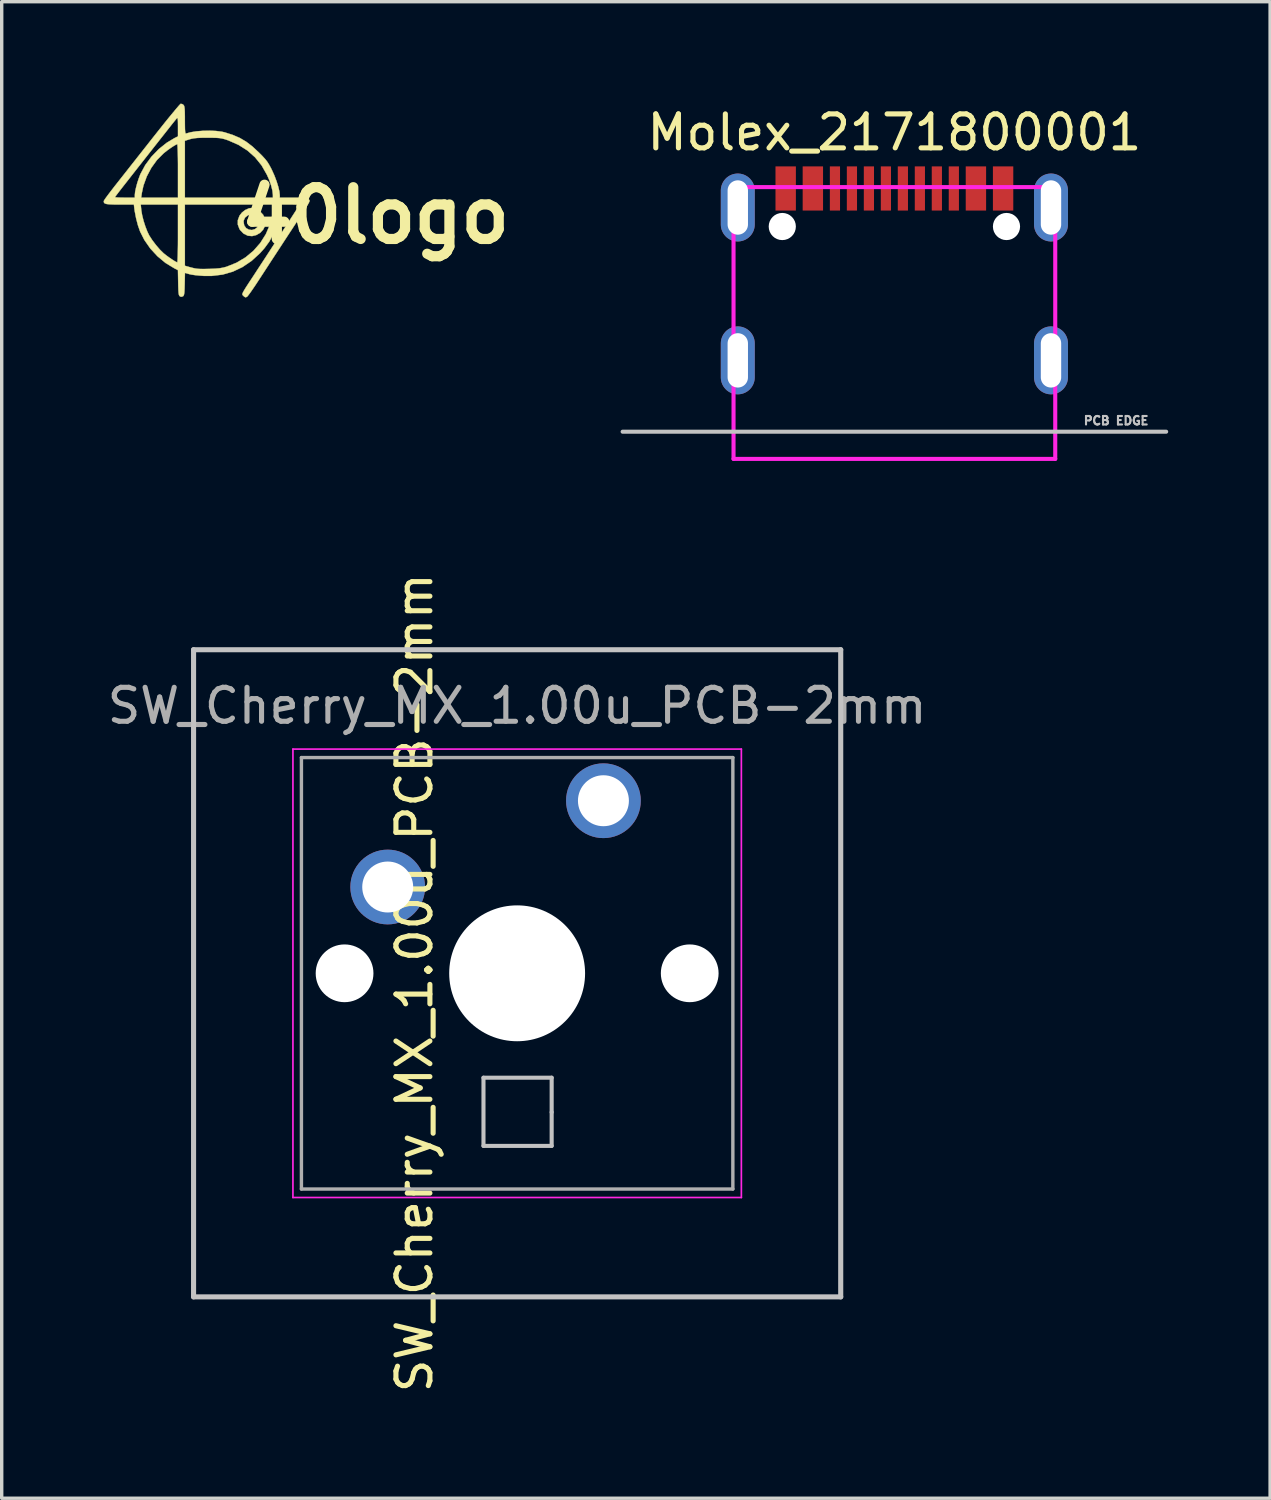
<source format=kicad_pcb>
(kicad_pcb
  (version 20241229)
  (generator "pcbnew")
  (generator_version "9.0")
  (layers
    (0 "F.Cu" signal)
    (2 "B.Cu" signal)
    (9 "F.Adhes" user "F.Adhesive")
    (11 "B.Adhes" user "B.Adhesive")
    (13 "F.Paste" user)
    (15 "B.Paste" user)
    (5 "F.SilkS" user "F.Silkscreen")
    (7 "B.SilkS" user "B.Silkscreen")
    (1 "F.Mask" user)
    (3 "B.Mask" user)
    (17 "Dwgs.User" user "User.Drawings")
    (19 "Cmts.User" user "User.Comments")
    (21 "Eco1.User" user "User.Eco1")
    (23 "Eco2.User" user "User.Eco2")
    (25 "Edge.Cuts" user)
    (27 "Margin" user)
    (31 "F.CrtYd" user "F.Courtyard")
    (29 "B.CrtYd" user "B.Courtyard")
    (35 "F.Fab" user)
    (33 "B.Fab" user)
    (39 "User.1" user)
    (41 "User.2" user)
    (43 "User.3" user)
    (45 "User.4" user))
  (footprint "Molex_2171800001"
    (layer "F.Cu")
    (at 23.278 10.458)
    (property "Reference" "Molex_2171800001" (at 0 -9.61 0) (layer "F.SilkS") (effects (font (size 1 1) (thickness 0.15))))
    (attr through_hole)
    (fp_line (start -8 -0.8) (end 8 -0.8) (stroke (width 0.12) (type solid)) (layer "Dwgs.User"))
    (fp_line (start -5.3 -8.61) (end 5.3 -8.61) (stroke (width 0.12) (type solid)) (layer "Eco2.User"))
    (fp_line (start -5.3 0) (end -5.3 -8.61) (stroke (width 0.12) (type solid)) (layer "Eco2.User"))
    (fp_line (start 5.3 -8.61) (end 5.3 0) (stroke (width 0.12) (type solid)) (layer "Eco2.User"))
    (fp_line (start 5.3 0) (end -5.3 0) (stroke (width 0.12) (type solid)) (layer "Eco2.User"))
    (fp_line (start -4.735 -8) (end -4.735 0) (stroke (width 0.12) (type solid)) (layer "F.CrtYd"))
    (fp_line (start 4.735 -8) (end -4.735 -8) (stroke (width 0.12) (type solid)) (layer "F.CrtYd"))
    (fp_line (start 4.735 0) (end -4.735 0) (stroke (width 0.12) (type solid)) (layer "F.CrtYd"))
    (fp_line (start 4.735 0) (end 4.735 -8) (stroke (width 0.12) (type solid)) (layer "F.CrtYd"))
    (fp_text user "PCB EDGE" (at 6.528 -1.125 0) (layer "Dwgs.User") (effects (font (size 0.25 0.25) (thickness 0.062))))
    (pad "" thru_hole oval (at -4.61 -7.4) (size 1 2) (drill oval 0.6 1.6) (layers "*.Cu" "*.Mask"))
    (pad "" thru_hole oval (at -4.61 -2.9) (size 1 2) (drill oval 0.6 1.6) (layers "*.Cu" "*.Mask"))
    (pad "" np_thru_hole circle (at -3.3 -6.84) (size 0.8 0.8) (drill 0.8) (layers "*.Cu" "*.Mask"))
    (pad "" np_thru_hole circle (at 3.3 -6.84) (size 0.8 0.8) (drill 0.8) (layers "*.Cu" "*.Mask"))
    (pad "" thru_hole oval (at 4.61 -7.4) (size 1 2) (drill oval 0.6 1.6) (layers "*.Cu" "*.Mask"))
    (pad "" thru_hole oval (at 4.61 -2.9) (size 1 2) (drill oval 0.6 1.6) (layers "*.Cu" "*.Mask"))
    (pad "A1" smd rect (at -3.2 -7.96) (size 0.6 1.3) (layers "F.Cu" "F.Mask" "F.Paste"))
    (pad "A4" smd rect (at -2.4 -7.96) (size 0.6 1.3) (layers "F.Cu" "F.Mask" "F.Paste"))
    (pad "A5" smd rect (at -1.25 -7.96) (size 0.3 1.3) (layers "F.Cu" "F.Mask" "F.Paste"))
    (pad "A6" smd rect (at -0.25 -7.96) (size 0.3 1.3) (layers "F.Cu" "F.Mask" "F.Paste"))
    (pad "A7" smd rect (at 0.25 -7.96) (size 0.3 1.3) (layers "F.Cu" "F.Mask" "F.Paste"))
    (pad "A8" smd rect (at 1.25 -7.96) (size 0.3 1.3) (layers "F.Cu" "F.Mask" "F.Paste"))
    (pad "B1" smd rect (at 3.2 -7.96) (size 0.6 1.3) (layers "F.Cu" "F.Mask" "F.Paste"))
    (pad "B4" smd rect (at 2.4 -7.96) (size 0.6 1.3) (layers "F.Cu" "F.Mask" "F.Paste"))
    (pad "B5" smd rect (at 1.75 -7.96) (size 0.3 1.3) (layers "F.Cu" "F.Mask" "F.Paste"))
    (pad "B6" smd rect (at 0.75 -7.96) (size 0.3 1.3) (layers "F.Cu" "F.Mask" "F.Paste"))
    (pad "B7" smd rect (at -0.75 -7.96) (size 0.3 1.3) (layers "F.Cu" "F.Mask" "F.Paste"))
    (pad "B8" smd rect (at -1.75 -7.96) (size 0.3 1.3) (layers "F.Cu" "F.Mask" "F.Paste")))
  (footprint "40logo"
    (layer "F.Cu")
    (at 3.002 2.895)
    (property "Reference" "40logo" (at 5 0.4 0) (layer "F.SilkS") (effects (font (size 1.524 1.524) (thickness 0.3))))
    (attr through_hole)
    (fp_poly (pts (xy 1.436 0.196) (xy 1.538 0.244) (xy 1.631 0.309) (xy 1.695 0.378) (xy 1.742 0.49) (xy 1.754 0.618) (xy 1.731 0.742) (xy 1.695 0.814) (xy 1.606 0.909) (xy 1.492 0.974) (xy 1.368 1.005) (xy 1.248 0.994) (xy 1.242 0.993) (xy 1.115 0.929) (xy 1.018 0.828) (xy 0.995 0.791) (xy 0.948 0.664) (xy 0.949 0.597) (xy 1.118 0.597) (xy 1.139 0.696) (xy 1.195 0.771) (xy 1.274 0.815) (xy 1.364 0.826) (xy 1.454 0.799) (xy 1.518 0.748) (xy 1.567 0.661) (xy 1.574 0.571) (xy 1.547 0.488) (xy 1.492 0.42) (xy 1.417 0.377) (xy 1.328 0.367) (xy 1.247 0.392) (xy 1.162 0.458) (xy 1.122 0.545) (xy 1.118 0.597) (xy 0.949 0.597) (xy 0.949 0.537) (xy 0.998 0.405) (xy 1.069 0.313) (xy 1.166 0.237) (xy 1.273 0.189) (xy 1.345 0.178) (xy 1.436 0.196)) (stroke (width 0.01) (type solid)) (fill yes) (layer "F.SilkS"))
    (fp_poly (pts (xy -0.683 -2.88) (xy -0.651 -2.857) (xy -0.635 -2.834) (xy -0.624 -2.796) (xy -0.616 -2.735) (xy -0.612 -2.644) (xy -0.61 -2.515) (xy -0.61 -2.408) (xy -0.609 -2.254) (xy -0.607 -2.144) (xy -0.602 -2.072) (xy -0.595 -2.031) (xy -0.584 -2.015) (xy -0.573 -2.015) (xy -0.44 -2.052) (xy -0.271 -2.079) (xy -0.082 -2.094) (xy 0.115 -2.098) (xy 0.304 -2.09) (xy 0.471 -2.069) (xy 0.556 -2.051) (xy 0.797 -1.974) (xy 1.005 -1.885) (xy 1.194 -1.774) (xy 1.378 -1.633) (xy 1.564 -1.46) (xy 1.673 -1.351) (xy 1.753 -1.263) (xy 1.815 -1.184) (xy 1.868 -1.1) (xy 1.923 -0.999) (xy 1.952 -0.94) (xy 2.025 -0.779) (xy 2.088 -0.612) (xy 2.138 -0.452) (xy 2.172 -0.311) (xy 2.184 -0.202) (xy 2.184 -0.199) (xy 2.184 -0.127) (xy 2.587 -0.127) (xy 2.74 -0.127) (xy 2.85 -0.124) (xy 2.926 -0.12) (xy 2.976 -0.112) (xy 3.008 -0.1) (xy 3.03 -0.082) (xy 3.034 -0.077) (xy 3.046 -0.066) (xy 3.055 -0.057) (xy 3.061 -0.046) (xy 3.061 -0.03) (xy 3.053 -0.005) (xy 3.035 0.032) (xy 3.005 0.085) (xy 2.96 0.158) (xy 2.9 0.254) (xy 2.821 0.376) (xy 2.722 0.528) (xy 2.6 0.714) (xy 2.454 0.937) (xy 2.361 1.079) (xy 2.228 1.283) (xy 2.09 1.494) (xy 1.953 1.703) (xy 1.823 1.903) (xy 1.706 2.083) (xy 1.606 2.236) (xy 1.557 2.311) (xy 1.468 2.447) (xy 1.385 2.569) (xy 1.314 2.671) (xy 1.259 2.745) (xy 1.225 2.786) (xy 1.22 2.79) (xy 1.18 2.808) (xy 1.144 2.793) (xy 1.119 2.77) (xy 1.101 2.753) (xy 1.087 2.737) (xy 1.082 2.719) (xy 1.087 2.692) (xy 1.105 2.652) (xy 1.138 2.594) (xy 1.189 2.511) (xy 1.261 2.4) (xy 1.356 2.256) (xy 1.44 2.128) (xy 1.518 2.008) (xy 1.612 1.864) (xy 1.719 1.701) (xy 1.834 1.524) (xy 1.955 1.338) (xy 2.078 1.149) (xy 2.201 0.961) (xy 2.319 0.779) (xy 2.429 0.609) (xy 2.529 0.455) (xy 2.614 0.323) (xy 2.682 0.218) (xy 2.729 0.145) (xy 2.752 0.109) (xy 2.753 0.108) (xy 2.75 0.094) (xy 2.718 0.084) (xy 2.649 0.079) (xy 2.539 0.076) (xy 2.492 0.076) (xy 2.212 0.076) (xy 2.198 0.171) (xy 2.146 0.471) (xy 2.077 0.73) (xy 1.988 0.959) (xy 1.875 1.166) (xy 1.733 1.36) (xy 1.605 1.504) (xy 1.354 1.734) (xy 1.086 1.916) (xy 0.802 2.051) (xy 0.5 2.138) (xy 0.18 2.177) (xy -0.049 2.177) (xy -0.182 2.167) (xy -0.311 2.154) (xy -0.419 2.138) (xy -0.476 2.125) (xy -0.608 2.088) (xy -0.615 2.419) (xy -0.619 2.558) (xy -0.624 2.654) (xy -0.633 2.717) (xy -0.645 2.754) (xy -0.662 2.775) (xy -0.667 2.778) (xy -0.721 2.793) (xy -0.756 2.778) (xy -0.773 2.761) (xy -0.786 2.731) (xy -0.795 2.678) (xy -0.801 2.596) (xy -0.805 2.476) (xy -0.807 2.379) (xy -0.814 2.007) (xy -0.921 1.952) (xy -1.18 1.795) (xy -1.418 1.597) (xy -1.629 1.368) (xy -1.804 1.116) (xy -1.928 0.87) (xy -1.991 0.69) (xy -2.045 0.484) (xy -2.086 0.273) (xy -2.097 0.197) (xy -2.111 0.076) (xy -1.909 0.076) (xy -1.892 0.248) (xy -1.868 0.389) (xy -1.827 0.554) (xy -1.773 0.722) (xy -1.713 0.877) (xy -1.659 0.987) (xy -1.57 1.124) (xy -1.461 1.268) (xy -1.346 1.402) (xy -1.238 1.508) (xy -1.225 1.519) (xy -1.145 1.582) (xy -1.056 1.646) (xy -0.969 1.705) (xy -0.894 1.751) (xy -0.844 1.775) (xy -0.833 1.778) (xy -0.828 1.754) (xy -0.824 1.684) (xy -0.82 1.576) (xy -0.817 1.434) (xy -0.814 1.265) (xy -0.813 1.075) (xy -0.813 0.927) (xy -0.813 0.076) (xy -0.61 0.076) (xy -0.61 1.878) (xy -0.476 1.916) (xy -0.385 1.94) (xy -0.31 1.957) (xy -0.237 1.968) (xy -0.155 1.972) (xy -0.049 1.973) (xy 0.092 1.97) (xy 0.114 1.97) (xy 0.281 1.963) (xy 0.411 1.952) (xy 0.519 1.933) (xy 0.62 1.906) (xy 0.622 1.905) (xy 0.914 1.787) (xy 1.179 1.629) (xy 1.412 1.434) (xy 1.611 1.206) (xy 1.773 0.949) (xy 1.894 0.667) (xy 1.972 0.365) (xy 1.992 0.222) (xy 2.007 0.076) (xy -0.61 0.076) (xy -0.813 0.076) (xy -1.909 0.076) (xy -2.111 0.076) (xy -2.526 0.076) (xy -2.696 0.075) (xy -2.822 0.07) (xy -2.909 0.061) (xy -2.963 0.046) (xy -2.99 0.022) (xy -2.997 -0.01) (xy -2.993 -0.036) (xy -2.975 -0.066) (xy -2.931 -0.129) (xy -2.922 -0.141) (xy -2.667 -0.141) (xy -2.643 -0.136) (xy -2.579 -0.131) (xy -2.484 -0.128) (xy -2.375 -0.127) (xy -2.083 -0.127) (xy -1.897 -0.127) (xy -0.813 -0.127) (xy -0.813 -0.914) (xy -0.813 -1.109) (xy -0.815 -1.285) (xy -0.818 -1.439) (xy -0.822 -1.562) (xy -0.826 -1.65) (xy -0.831 -1.696) (xy -0.833 -1.702) (xy -0.871 -1.687) (xy -0.939 -1.648) (xy -1.024 -1.592) (xy -1.116 -1.527) (xy -1.204 -1.458) (xy -1.238 -1.43) (xy -1.431 -1.236) (xy -1.597 -1.006) (xy -1.732 -0.751) (xy -1.83 -0.481) (xy -1.875 -0.273) (xy -1.897 -0.127) (xy -2.083 -0.127) (xy -2.083 -0.211) (xy -2.074 -0.3) (xy -2.048 -0.421) (xy -2.012 -0.558) (xy -1.967 -0.695) (xy -1.92 -0.818) (xy -1.916 -0.826) (xy -1.776 -1.086) (xy -1.594 -1.332) (xy -1.379 -1.555) (xy -1.141 -1.745) (xy -1.045 -1.802) (xy -0.61 -1.802) (xy -0.61 -0.127) (xy 1.981 -0.127) (xy 1.981 -0.211) (xy 1.967 -0.335) (xy 1.929 -0.488) (xy 1.869 -0.657) (xy 1.806 -0.8) (xy 1.649 -1.076) (xy 1.457 -1.314) (xy 1.231 -1.515) (xy 0.969 -1.681) (xy 0.67 -1.812) (xy 0.648 -1.82) (xy 0.564 -1.848) (xy 0.49 -1.867) (xy 0.416 -1.88) (xy 0.327 -1.887) (xy 0.212 -1.89) (xy 0.064 -1.891) (xy -0.107 -1.89) (xy -0.237 -1.885) (xy -0.338 -1.875) (xy -0.42 -1.859) (xy -0.464 -1.847) (xy -0.61 -1.802) (xy -1.045 -1.802) (xy -0.921 -1.877) (xy -0.813 -1.931) (xy -0.813 -2.216) (xy -0.814 -2.339) (xy -0.817 -2.418) (xy -0.823 -2.461) (xy -0.834 -2.472) (xy -0.847 -2.463) (xy -0.872 -2.433) (xy -0.924 -2.369) (xy -0.997 -2.278) (xy -1.087 -2.164) (xy -1.189 -2.034) (xy -1.261 -1.943) (xy -1.507 -1.631) (xy -1.722 -1.357) (xy -1.91 -1.118) (xy -2.072 -0.912) (xy -2.209 -0.737) (xy -2.325 -0.589) (xy -2.42 -0.468) (xy -2.496 -0.37) (xy -2.556 -0.293) (xy -2.601 -0.234) (xy -2.632 -0.192) (xy -2.653 -0.164) (xy -2.664 -0.148) (xy -2.667 -0.141) (xy -2.667 -0.141) (xy -2.922 -0.141) (xy -2.863 -0.221) (xy -2.777 -0.334) (xy -2.677 -0.464) (xy -2.598 -0.564) (xy -2.497 -0.692) (xy -2.37 -0.853) (xy -2.224 -1.039) (xy -2.063 -1.243) (xy -1.894 -1.458) (xy -1.722 -1.676) (xy -1.554 -1.89) (xy -1.492 -1.968) (xy -1.343 -2.156) (xy -1.204 -2.331) (xy -1.076 -2.489) (xy -0.963 -2.626) (xy -0.869 -2.739) (xy -0.797 -2.824) (xy -0.75 -2.875) (xy -0.732 -2.89) (xy -0.683 -2.88)) (stroke (width 0.01) (type solid)) (fill yes) (layer "F.SilkS")))
  (footprint "SW_Cherry_MX_1.00u_PCB-2mm"
    (layer "F.Cu")
    (at 14.713 20.521)
    (property "Reference" "SW_Cherry_MX_1.00u_PCB-2mm" (at -5.563 5.359 90) (layer "F.SilkS") (effects (font (size 1 1) (thickness 0.15))))
    (attr through_hole)
    (fp_line (start -12.065 -4.445) (end 6.985 -4.445) (stroke (width 0.15) (type solid)) (layer "Dwgs.User"))
    (fp_line (start -12.065 14.605) (end -12.065 -4.445) (stroke (width 0.15) (type solid)) (layer "Dwgs.User"))
    (fp_line (start -3.531 8.153) (end -3.531 10.16) (stroke (width 0.12) (type solid)) (layer "Dwgs.User"))
    (fp_line (start -3.531 10.16) (end -1.524 10.16) (stroke (width 0.12) (type solid)) (layer "Dwgs.User"))
    (fp_line (start -1.524 8.153) (end -3.531 8.153) (stroke (width 0.12) (type solid)) (layer "Dwgs.User"))
    (fp_line (start -1.524 9.169) (end -1.524 8.153) (stroke (width 0.12) (type solid)) (layer "Dwgs.User"))
    (fp_line (start -1.524 10.16) (end -1.524 9.169) (stroke (width 0.12) (type solid)) (layer "Dwgs.User"))
    (fp_line (start 6.985 -4.445) (end 6.985 14.605) (stroke (width 0.15) (type solid)) (layer "Dwgs.User"))
    (fp_line (start 6.985 14.605) (end -12.065 14.605) (stroke (width 0.15) (type solid)) (layer "Dwgs.User"))
    (fp_line (start -9.14 -1.52) (end 4.06 -1.52) (stroke (width 0.05) (type solid)) (layer "F.CrtYd"))
    (fp_line (start -9.14 11.68) (end -9.14 -1.52) (stroke (width 0.05) (type solid)) (layer "F.CrtYd"))
    (fp_line (start 4.06 -1.52) (end 4.06 11.68) (stroke (width 0.05) (type solid)) (layer "F.CrtYd"))
    (fp_line (start 4.06 11.68) (end -9.14 11.68) (stroke (width 0.05) (type solid)) (layer "F.CrtYd"))
    (fp_line (start -8.89 -1.27) (end 3.81 -1.27) (stroke (width 0.1) (type solid)) (layer "F.Fab"))
    (fp_line (start -8.89 11.43) (end -8.89 -1.27) (stroke (width 0.1) (type solid)) (layer "F.Fab"))
    (fp_line (start 3.81 -1.27) (end 3.81 11.43) (stroke (width 0.1) (type solid)) (layer "F.Fab"))
    (fp_line (start 3.81 11.43) (end -8.89 11.43) (stroke (width 0.1) (type solid)) (layer "F.Fab"))
    (fp_text user "${REFERENCE}" (at -2.54 -2.794 0) (layer "F.Fab") (effects (font (size 1 1) (thickness 0.15))))
    (pad "" np_thru_hole circle (at -7.62 5.08) (size 1.7 1.7) (drill 1.7) (layers "*.Cu" "*.Mask"))
    (pad "" np_thru_hole circle (at -2.54 5.08) (size 4 4) (drill 4) (layers "*.Cu" "*.Mask"))
    (pad "" np_thru_hole circle (at 2.54 5.08) (size 1.7 1.7) (drill 1.7) (layers "*.Cu" "*.Mask"))
    (pad "1" thru_hole circle (at 0 0) (size 2.2 2.2) (drill 1.5) (layers "*.Cu" "*.Mask"))
    (pad "2" thru_hole circle (at -6.35 2.54) (size 2.2 2.2) (drill 1.5) (layers "*.Cu" "*.Mask")))
  (gr_rect
    (start -3 -3)
    (end 34.338 41.053)
    (stroke (width 0.1) (type default))
    (fill no)
    (layer "Edge.Cuts")))
</source>
